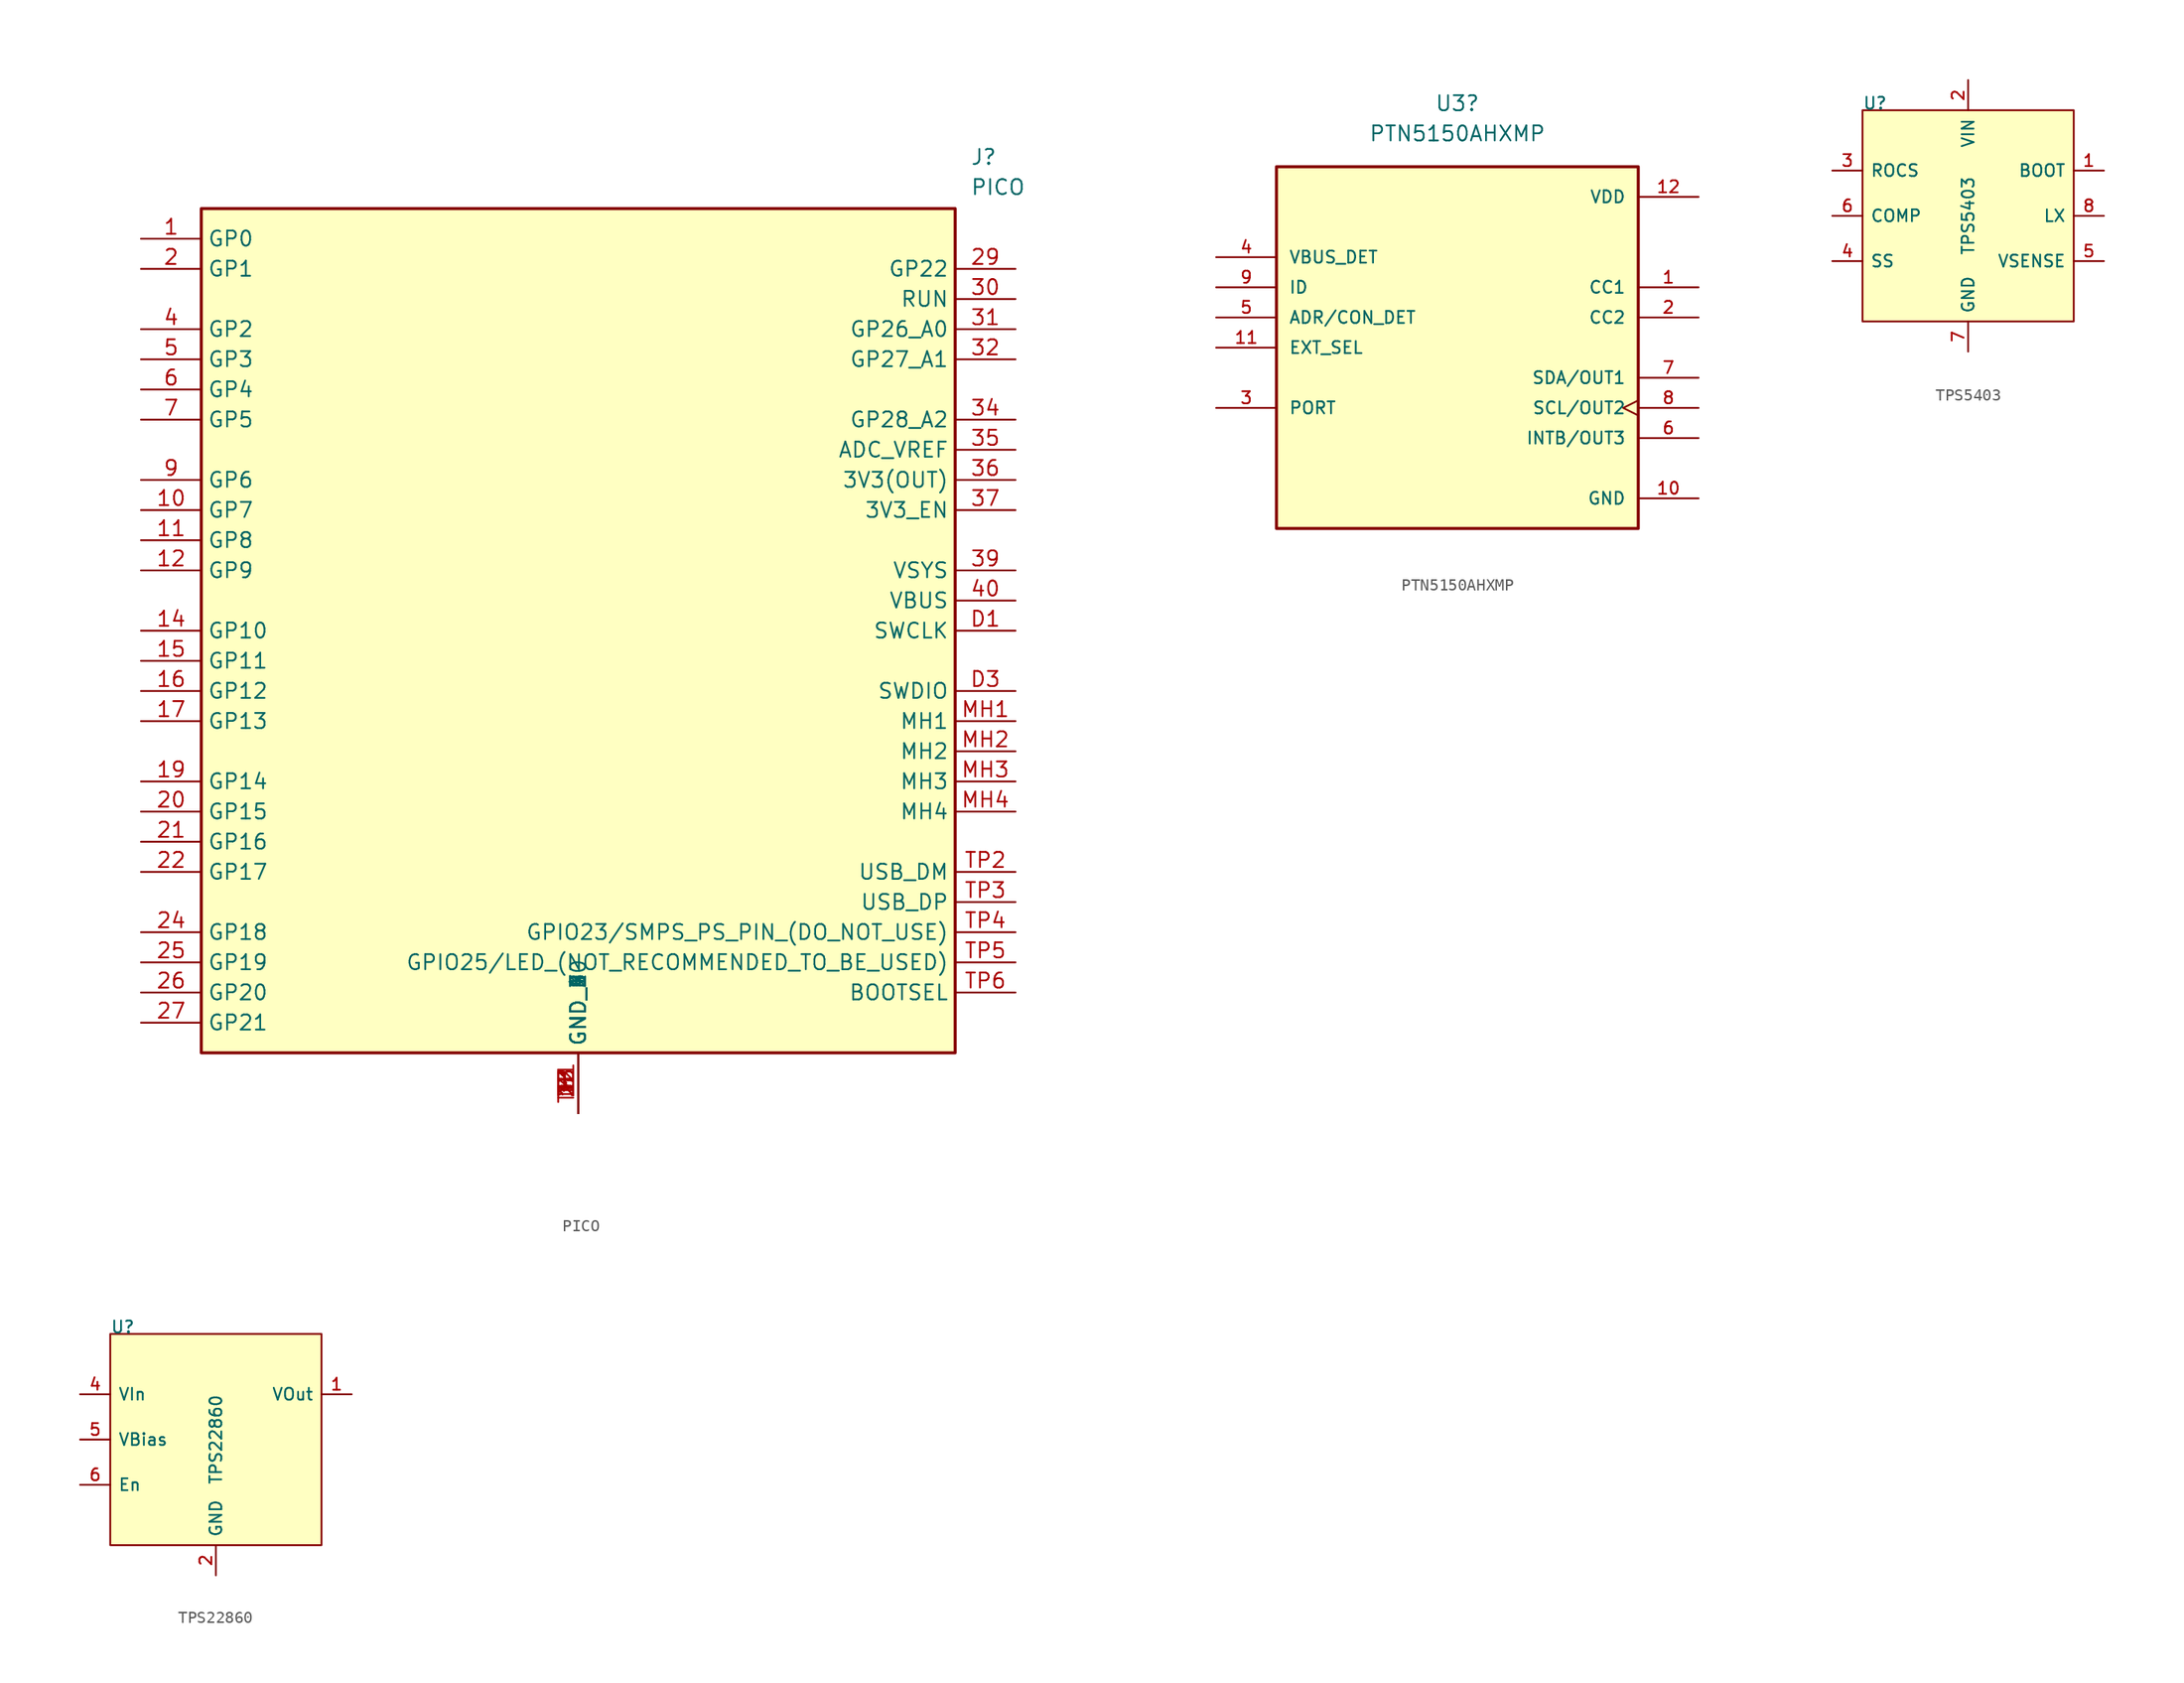
<source format=kicad_sym>
(kicad_symbol_lib
  (version 20241209)
  (generator "kicad_symbol_editor")
  (generator_version "9.0")
  (symbol "PICO"
    (property "Reference" "J"
      (at 69.85 7.62 0)
      (effects (font (size 1.27 1.27)) (justify left top)))
    (property "Value" "PICO"
      (at 69.85 5.08 0)
      (effects (font (size 1.27 1.27)) (justify left top)))
    (symbol "PICO_1_1"
      (rectangle (start 5.08 2.54) (end 68.58 -68.58) (stroke (width 0.254) (type default)) (fill (type background)))
      (pin passive line (at 0 0 0) (length 5.08) (name "GP0" (effects (font (size 1.27 1.27)))) (number "1" (effects (font (size 1.27 1.27)))))
      (pin passive line (at 0 -2.54 0) (length 5.08) (name "GP1" (effects (font (size 1.27 1.27)))) (number "2" (effects (font (size 1.27 1.27)))))
      (pin passive line (at 0 -7.62 0) (length 5.08) (name "GP2" (effects (font (size 1.27 1.27)))) (number "4" (effects (font (size 1.27 1.27)))))
      (pin passive line (at 0 -10.16 0) (length 5.08) (name "GP3" (effects (font (size 1.27 1.27)))) (number "5" (effects (font (size 1.27 1.27)))))
      (pin passive line (at 0 -12.7 0) (length 5.08) (name "GP4" (effects (font (size 1.27 1.27)))) (number "6" (effects (font (size 1.27 1.27)))))
      (pin passive line (at 0 -15.24 0) (length 5.08) (name "GP5" (effects (font (size 1.27 1.27)))) (number "7" (effects (font (size 1.27 1.27)))))
      (pin passive line (at 0 -20.32 0) (length 5.08) (name "GP6" (effects (font (size 1.27 1.27)))) (number "9" (effects (font (size 1.27 1.27)))))
      (pin passive line (at 0 -22.86 0) (length 5.08) (name "GP7" (effects (font (size 1.27 1.27)))) (number "10" (effects (font (size 1.27 1.27)))))
      (pin passive line (at 0 -25.4 0) (length 5.08) (name "GP8" (effects (font (size 1.27 1.27)))) (number "11" (effects (font (size 1.27 1.27)))))
      (pin passive line (at 0 -27.94 0) (length 5.08) (name "GP9" (effects (font (size 1.27 1.27)))) (number "12" (effects (font (size 1.27 1.27)))))
      (pin passive line (at 0 -33.02 0) (length 5.08) (name "GP10" (effects (font (size 1.27 1.27)))) (number "14" (effects (font (size 1.27 1.27)))))
      (pin passive line (at 0 -35.56 0) (length 5.08) (name "GP11" (effects (font (size 1.27 1.27)))) (number "15" (effects (font (size 1.27 1.27)))))
      (pin passive line (at 0 -38.1 0) (length 5.08) (name "GP12" (effects (font (size 1.27 1.27)))) (number "16" (effects (font (size 1.27 1.27)))))
      (pin passive line (at 0 -40.64 0) (length 5.08) (name "GP13" (effects (font (size 1.27 1.27)))) (number "17" (effects (font (size 1.27 1.27)))))
      (pin passive line (at 0 -45.72 0) (length 5.08) (name "GP14" (effects (font (size 1.27 1.27)))) (number "19" (effects (font (size 1.27 1.27)))))
      (pin passive line (at 0 -48.26 0) (length 5.08) (name "GP15" (effects (font (size 1.27 1.27)))) (number "20" (effects (font (size 1.27 1.27)))))
      (pin passive line (at 0 -50.8 0) (length 5.08) (name "GP16" (effects (font (size 1.27 1.27)))) (number "21" (effects (font (size 1.27 1.27)))))
      (pin passive line (at 0 -53.34 0) (length 5.08) (name "GP17" (effects (font (size 1.27 1.27)))) (number "22" (effects (font (size 1.27 1.27)))))
      (pin passive line (at 0 -58.42 0) (length 5.08) (name "GP18" (effects (font (size 1.27 1.27)))) (number "24" (effects (font (size 1.27 1.27)))))
      (pin passive line (at 0 -60.96 0) (length 5.08) (name "GP19" (effects (font (size 1.27 1.27)))) (number "25" (effects (font (size 1.27 1.27)))))
      (pin passive line (at 0 -63.5 0) (length 5.08) (name "GP20" (effects (font (size 1.27 1.27)))) (number "26" (effects (font (size 1.27 1.27)))))
      (pin passive line (at 0 -66.04 0) (length 5.08) (name "GP21" (effects (font (size 1.27 1.27)))) (number "27" (effects (font (size 1.27 1.27)))))
      (pin passive line (at 36.83 -73.66 90) (length 5.08) (name "GND_3" (effects (font (size 1.27 1.27)))) (number "13" (effects (font (size 1.27 1.27)))))
      (pin passive line (at 36.83 -73.66 90) (length 5.08) (name "GND_4" (effects (font (size 1.27 1.27)))) (number "18" (effects (font (size 1.27 1.27)))))
      (pin passive line (at 36.83 -73.66 90) (length 5.08) (name "GND_5" (effects (font (size 1.27 1.27)))) (number "23" (effects (font (size 1.27 1.27)))))
      (pin passive line (at 36.83 -73.66 90) (length 5.08) (name "GND_6" (effects (font (size 1.27 1.27)))) (number "28" (effects (font (size 1.27 1.27)))))
      (pin passive line (at 36.83 -73.66 90) (length 5.08) (name "GND_1" (effects (font (size 1.27 1.27)))) (number "3" (effects (font (size 1.27 1.27)))))
      (pin passive line (at 36.83 -73.66 90) (length 5.08) (name "GND_7" (effects (font (size 1.27 1.27)))) (number "33" (effects (font (size 1.27 1.27)))))
      (pin passive line (at 36.83 -73.66 90) (length 5.08) (name "GND_8" (effects (font (size 1.27 1.27)))) (number "38" (effects (font (size 1.27 1.27)))))
      (pin passive line (at 36.83 -73.66 90) (length 5.08) (name "GND_2" (effects (font (size 1.27 1.27)))) (number "8" (effects (font (size 1.27 1.27)))))
      (pin passive line (at 36.83 -73.66 90) (length 5.08) (name "GND_9" (effects (font (size 1.27 1.27)))) (number "D2" (effects (font (size 1.27 1.27)))))
      (pin passive line (at 36.83 -73.66 90) (length 5.08) (name "GND_10" (effects (font (size 1.27 1.27)))) (number "TP1" (effects (font (size 1.27 1.27)))))
      (pin passive line (at 73.66 -2.54 180) (length 5.08) (name "GP22" (effects (font (size 1.27 1.27)))) (number "29" (effects (font (size 1.27 1.27)))))
      (pin passive line (at 73.66 -5.08 180) (length 5.08) (name "RUN" (effects (font (size 1.27 1.27)))) (number "30" (effects (font (size 1.27 1.27)))))
      (pin passive line (at 73.66 -7.62 180) (length 5.08) (name "GP26_A0" (effects (font (size 1.27 1.27)))) (number "31" (effects (font (size 1.27 1.27)))))
      (pin passive line (at 73.66 -10.16 180) (length 5.08) (name "GP27_A1" (effects (font (size 1.27 1.27)))) (number "32" (effects (font (size 1.27 1.27)))))
      (pin passive line (at 73.66 -15.24 180) (length 5.08) (name "GP28_A2" (effects (font (size 1.27 1.27)))) (number "34" (effects (font (size 1.27 1.27)))))
      (pin passive line (at 73.66 -17.78 180) (length 5.08) (name "ADC_VREF" (effects (font (size 1.27 1.27)))) (number "35" (effects (font (size 1.27 1.27)))))
      (pin passive line (at 73.66 -20.32 180) (length 5.08) (name "3V3(OUT)" (effects (font (size 1.27 1.27)))) (number "36" (effects (font (size 1.27 1.27)))))
      (pin passive line (at 73.66 -22.86 180) (length 5.08) (name "3V3_EN" (effects (font (size 1.27 1.27)))) (number "37" (effects (font (size 1.27 1.27)))))
      (pin passive line (at 73.66 -27.94 180) (length 5.08) (name "VSYS" (effects (font (size 1.27 1.27)))) (number "39" (effects (font (size 1.27 1.27)))))
      (pin passive line (at 73.66 -30.48 180) (length 5.08) (name "VBUS" (effects (font (size 1.27 1.27)))) (number "40" (effects (font (size 1.27 1.27)))))
      (pin passive line (at 73.66 -33.02 180) (length 5.08) (name "SWCLK" (effects (font (size 1.27 1.27)))) (number "D1" (effects (font (size 1.27 1.27)))))
      (pin passive line (at 73.66 -38.1 180) (length 5.08) (name "SWDIO" (effects (font (size 1.27 1.27)))) (number "D3" (effects (font (size 1.27 1.27)))))
      (pin passive line (at 73.66 -40.64 180) (length 5.08) (name "MH1" (effects (font (size 1.27 1.27)))) (number "MH1" (effects (font (size 1.27 1.27)))))
      (pin passive line (at 73.66 -43.18 180) (length 5.08) (name "MH2" (effects (font (size 1.27 1.27)))) (number "MH2" (effects (font (size 1.27 1.27)))))
      (pin passive line (at 73.66 -45.72 180) (length 5.08) (name "MH3" (effects (font (size 1.27 1.27)))) (number "MH3" (effects (font (size 1.27 1.27)))))
      (pin passive line (at 73.66 -48.26 180) (length 5.08) (name "MH4" (effects (font (size 1.27 1.27)))) (number "MH4" (effects (font (size 1.27 1.27)))))
      (pin passive line (at 73.66 -53.34 180) (length 5.08) (name "USB_DM" (effects (font (size 1.27 1.27)))) (number "TP2" (effects (font (size 1.27 1.27)))))
      (pin passive line (at 73.66 -55.88 180) (length 5.08) (name "USB_DP" (effects (font (size 1.27 1.27)))) (number "TP3" (effects (font (size 1.27 1.27)))))
      (pin passive line (at 73.66 -58.42 180) (length 5.08) (name "GPIO23/SMPS_PS_PIN_(DO_NOT_USE)" (effects (font (size 1.27 1.27)))) (number "TP4" (effects (font (size 1.27 1.27)))))
      (pin passive line (at 73.66 -60.96 180) (length 5.08) (name "GPIO25/LED_(NOT_RECOMMENDED_TO_BE_USED)" (effects (font (size 1.27 1.27)))) (number "TP5" (effects (font (size 1.27 1.27)))))
      (pin passive line (at 73.66 -63.5 180) (length 5.08) (name "BOOTSEL" (effects (font (size 1.27 1.27)))) (number "TP6" (effects (font (size 1.27 1.27)))))))
  (symbol "PTN5150AHXMP"
    (pin_names
      (offset 1.016))
    (property "Reference" "U3"
      (at 0 20.574 0)
      (effects (font (size 1.27 1.27))))
    (property "Value" "PTN5150AHXMP"
      (at 0 18.034 0)
      (effects (font (size 1.27 1.27))))
    (symbol "PTN5150AHXMP_0_0"
      (rectangle (start -15.24 -15.24) (end 15.24 15.24) (stroke (width 0.254) (type default)) (fill (type background)))
      (pin input line (at -20.32 7.62 0) (length 5.08) (name "VBUS_DET" (effects (font (size 1.016 1.016)))) (number "4" (effects (font (size 1.016 1.016)))))
      (pin output line (at -20.32 5.08 0) (length 5.08) (name "ID" (effects (font (size 1.016 1.016)))) (number "9" (effects (font (size 1.016 1.016)))))
      (pin bidirectional line (at -20.32 2.54 0) (length 5.08) (name "ADR/CON_DET" (effects (font (size 1.016 1.016)))) (number "5" (effects (font (size 1.016 1.016)))))
      (pin output line (at -20.32 0 0) (length 5.08) (name "EXT_SEL" (effects (font (size 1.016 1.016)))) (number "11" (effects (font (size 1.016 1.016)))))
      (pin input line (at -20.32 -5.08 0) (length 5.08) (name "PORT" (effects (font (size 1.016 1.016)))) (number "3" (effects (font (size 1.016 1.016)))))
      (pin power_in line (at 20.32 12.7 180) (length 5.08) (name "VDD" (effects (font (size 1.016 1.016)))) (number "12" (effects (font (size 1.016 1.016)))))
      (pin bidirectional line (at 20.32 5.08 180) (length 5.08) (name "CC1" (effects (font (size 1.016 1.016)))) (number "1" (effects (font (size 1.016 1.016)))))
      (pin bidirectional line (at 20.32 2.54 180) (length 5.08) (name "CC2" (effects (font (size 1.016 1.016)))) (number "2" (effects (font (size 1.016 1.016)))))
      (pin bidirectional line (at 20.32 -2.54 180) (length 5.08) (name "SDA/OUT1" (effects (font (size 1.016 1.016)))) (number "7" (effects (font (size 1.016 1.016)))))
      (pin bidirectional clock (at 20.32 -5.08 180) (length 5.08) (name "SCL/OUT2" (effects (font (size 1.016 1.016)))) (number "8" (effects (font (size 1.016 1.016)))))
      (pin output line (at 20.32 -7.62 180) (length 5.08) (name "INTB/OUT3" (effects (font (size 1.016 1.016)))) (number "6" (effects (font (size 1.016 1.016)))))
      (pin power_in line (at 20.32 -12.7 180) (length 5.08) (name "GND" (effects (font (size 1.016 1.016)))) (number "10" (effects (font (size 1.016 1.016)))))))
  (symbol "TPS5403"
    (pin_names
      (offset 0.635))
    (property "Reference" "U"
      (at 0 0 0)
      (effects (font (size 1 1)) (justify left bottom)))
    (property "Value" "TPS5403"
      (at 8.89 -8.89 90)
      (effects (font (size 1 1))))
    (symbol "TPS5403_1_1"
      (rectangle (start 0 0) (end 17.78 -17.78) (stroke (width 0.152) (type default)) (fill (type background)))
      (pin unspecified line (at -2.54 -5.08 0) (length 2.54) (name "ROCS" (effects (font (size 1 1)))) (number "3" (effects (font (size 1 1)))))
      (pin output line (at -2.54 -8.89 0) (length 2.54) (name "COMP" (effects (font (size 1 1)))) (number "6" (effects (font (size 1 1)))))
      (pin unspecified line (at -2.54 -12.7 0) (length 2.54) (name "SS" (effects (font (size 1 1)))) (number "4" (effects (font (size 1 1)))))
      (pin input line (at 8.89 2.54 270) (length 2.54) (name "VIN" (effects (font (size 1 1)))) (number "2" (effects (font (size 1 1)))))
      (pin power_in line (at 8.89 -20.32 90) (length 2.54) (name "GND" (effects (font (size 1 1)))) (number "7" (effects (font (size 1 1)))))
      (pin unspecified line (at 20.32 -5.08 180) (length 2.54) (name "BOOT" (effects (font (size 1 1)))) (number "1" (effects (font (size 1 1)))))
      (pin power_in line (at 20.32 -8.89 180) (length 2.54) (name "LX" (effects (font (size 1 1)))) (number "8" (effects (font (size 1 1)))))
      (pin unspecified line (at 20.32 -12.7 180) (length 2.54) (name "VSENSE" (effects (font (size 1 1)))) (number "5" (effects (font (size 1 1)))))))
  (symbol "TPS22860"
    (pin_names
      (offset 0.635))
    (property "Reference" "U"
      (at 0 0 0)
      (effects (font (size 1 1)) (justify left bottom)))
    (property "Value" "TPS22860"
      (at 8.89 -8.89 90)
      (effects (font (size 1 1))))
    (symbol "TPS22860_1_1"
      (rectangle (start 0 0) (end 17.78 -17.78) (stroke (width 0.152) (type default)) (fill (type background)))
      (pin unspecified line (at -2.54 -5.08 0) (length 2.54) (name "VIn" (effects (font (size 1 1)))) (number "4" (effects (font (size 1 1)))))
      (pin unspecified line (at -2.54 -8.89 0) (length 2.54) (name "VBias" (effects (font (size 1 1)))) (number "5" (effects (font (size 1 1)))))
      (pin unspecified line (at -2.54 -12.7 0) (length 2.54) (name "En" (effects (font (size 1 1)))) (number "6" (effects (font (size 1 1)))))
      (pin power_in line (at 8.89 -20.32 90) (length 2.54) (name "GND" (effects (font (size 1 1)))) (number "2" (effects (font (size 1 1)))))
      (pin unspecified line (at 20.32 -5.08 180) (length 2.54) (name "VOut" (effects (font (size 1 1)))) (number "1" (effects (font (size 1 1)))))
      (pin no_connect line (at 20.32 -12.7 180) (length 2.54) (hide yes) (name "NC" (effects (font (size 1 1)))) (number "3" (effects (font (size 1 1))))))))
</source>
